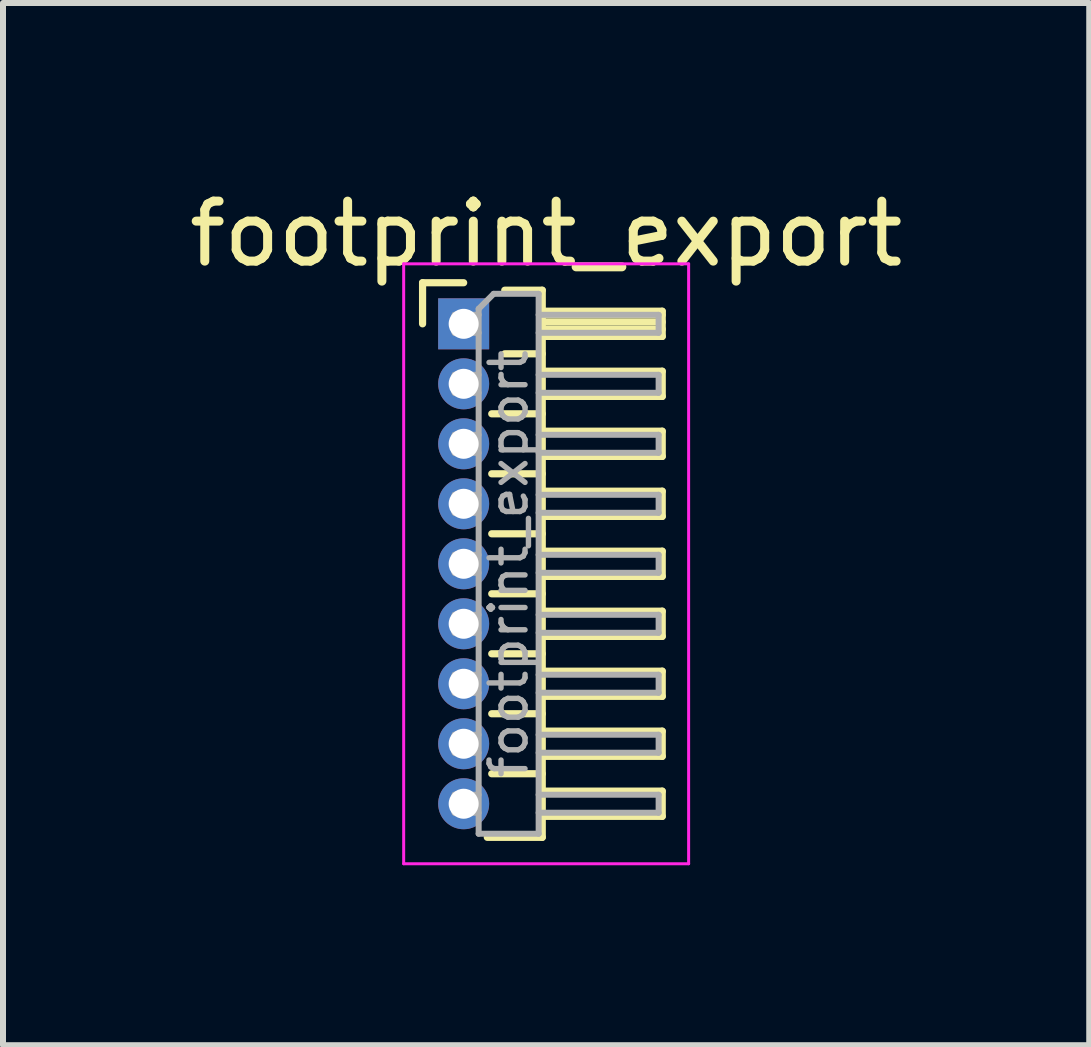
<source format=kicad_pcb>
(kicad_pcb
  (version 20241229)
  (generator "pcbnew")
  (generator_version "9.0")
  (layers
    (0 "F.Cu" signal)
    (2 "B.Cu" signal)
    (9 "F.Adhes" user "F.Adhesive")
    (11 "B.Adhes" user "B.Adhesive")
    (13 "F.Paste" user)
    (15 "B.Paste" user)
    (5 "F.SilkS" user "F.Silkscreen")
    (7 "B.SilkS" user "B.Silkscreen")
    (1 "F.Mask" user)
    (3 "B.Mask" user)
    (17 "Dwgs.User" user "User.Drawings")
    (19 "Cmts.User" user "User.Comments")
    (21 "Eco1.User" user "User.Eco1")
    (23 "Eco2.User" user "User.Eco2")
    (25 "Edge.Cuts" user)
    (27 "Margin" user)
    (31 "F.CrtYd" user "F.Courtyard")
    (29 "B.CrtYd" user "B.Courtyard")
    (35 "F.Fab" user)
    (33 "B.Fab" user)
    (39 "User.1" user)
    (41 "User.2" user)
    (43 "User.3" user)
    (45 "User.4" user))
  (footprint "footprint_export"
    (layer "F.Cu")
    (at 4.679 2.348)
    (property "Reference" "footprint_export" (at 1.375 -1.5 0) (layer "F.SilkS") (effects (font (size 1 1) (thickness 0.15))))
    (attr through_hole)
    (fp_line (start -0.685 -0.685) (end 0 -0.685) (stroke (width 0.12) (type solid)) (layer "F.SilkS"))
    (fp_line (start -0.685 0) (end -0.685 -0.685) (stroke (width 0.12) (type solid)) (layer "F.SilkS"))
    (fp_line (start 0.468 1.5) (end 1.31 1.5) (stroke (width 0.12) (type solid)) (layer "F.SilkS"))
    (fp_line (start 0.468 2.5) (end 1.31 2.5) (stroke (width 0.12) (type solid)) (layer "F.SilkS"))
    (fp_line (start 0.468 3.5) (end 1.31 3.5) (stroke (width 0.12) (type solid)) (layer "F.SilkS"))
    (fp_line (start 0.468 4.5) (end 1.31 4.5) (stroke (width 0.12) (type solid)) (layer "F.SilkS"))
    (fp_line (start 0.468 5.5) (end 1.31 5.5) (stroke (width 0.12) (type solid)) (layer "F.SilkS"))
    (fp_line (start 0.468 6.5) (end 1.31 6.5) (stroke (width 0.12) (type solid)) (layer "F.SilkS"))
    (fp_line (start 0.468 7.5) (end 1.31 7.5) (stroke (width 0.12) (type solid)) (layer "F.SilkS"))
    (fp_line (start 0.685 -0.56) (end 1.31 -0.56) (stroke (width 0.12) (type solid)) (layer "F.SilkS"))
    (fp_line (start 0.685 0.5) (end 1.31 0.5) (stroke (width 0.12) (type solid)) (layer "F.SilkS"))
    (fp_line (start 1.31 -0.56) (end 1.31 8.56) (stroke (width 0.12) (type solid)) (layer "F.SilkS"))
    (fp_line (start 1.31 -0.21) (end 3.31 -0.21) (stroke (width 0.12) (type solid)) (layer "F.SilkS"))
    (fp_line (start 1.31 -0.15) (end 3.31 -0.15) (stroke (width 0.12) (type solid)) (layer "F.SilkS"))
    (fp_line (start 1.31 -0.03) (end 3.31 -0.03) (stroke (width 0.12) (type solid)) (layer "F.SilkS"))
    (fp_line (start 1.31 0.09) (end 3.31 0.09) (stroke (width 0.12) (type solid)) (layer "F.SilkS"))
    (fp_line (start 1.31 0.79) (end 3.31 0.79) (stroke (width 0.12) (type solid)) (layer "F.SilkS"))
    (fp_line (start 1.31 1.79) (end 3.31 1.79) (stroke (width 0.12) (type solid)) (layer "F.SilkS"))
    (fp_line (start 1.31 2.79) (end 3.31 2.79) (stroke (width 0.12) (type solid)) (layer "F.SilkS"))
    (fp_line (start 1.31 3.79) (end 3.31 3.79) (stroke (width 0.12) (type solid)) (layer "F.SilkS"))
    (fp_line (start 1.31 4.79) (end 3.31 4.79) (stroke (width 0.12) (type solid)) (layer "F.SilkS"))
    (fp_line (start 1.31 5.79) (end 3.31 5.79) (stroke (width 0.12) (type solid)) (layer "F.SilkS"))
    (fp_line (start 1.31 6.79) (end 3.31 6.79) (stroke (width 0.12) (type solid)) (layer "F.SilkS"))
    (fp_line (start 1.31 7.79) (end 3.31 7.79) (stroke (width 0.12) (type solid)) (layer "F.SilkS"))
    (fp_line (start 1.31 8.56) (end 0.394 8.56) (stroke (width 0.12) (type solid)) (layer "F.SilkS"))
    (fp_line (start 3.31 -0.21) (end 3.31 0.21) (stroke (width 0.12) (type solid)) (layer "F.SilkS"))
    (fp_line (start 3.31 0.21) (end 1.31 0.21) (stroke (width 0.12) (type solid)) (layer "F.SilkS"))
    (fp_line (start 3.31 0.79) (end 3.31 1.21) (stroke (width 0.12) (type solid)) (layer "F.SilkS"))
    (fp_line (start 3.31 1.21) (end 1.31 1.21) (stroke (width 0.12) (type solid)) (layer "F.SilkS"))
    (fp_line (start 3.31 1.79) (end 3.31 2.21) (stroke (width 0.12) (type solid)) (layer "F.SilkS"))
    (fp_line (start 3.31 2.21) (end 1.31 2.21) (stroke (width 0.12) (type solid)) (layer "F.SilkS"))
    (fp_line (start 3.31 2.79) (end 3.31 3.21) (stroke (width 0.12) (type solid)) (layer "F.SilkS"))
    (fp_line (start 3.31 3.21) (end 1.31 3.21) (stroke (width 0.12) (type solid)) (layer "F.SilkS"))
    (fp_line (start 3.31 3.79) (end 3.31 4.21) (stroke (width 0.12) (type solid)) (layer "F.SilkS"))
    (fp_line (start 3.31 4.21) (end 1.31 4.21) (stroke (width 0.12) (type solid)) (layer "F.SilkS"))
    (fp_line (start 3.31 4.79) (end 3.31 5.21) (stroke (width 0.12) (type solid)) (layer "F.SilkS"))
    (fp_line (start 3.31 5.21) (end 1.31 5.21) (stroke (width 0.12) (type solid)) (layer "F.SilkS"))
    (fp_line (start 3.31 5.79) (end 3.31 6.21) (stroke (width 0.12) (type solid)) (layer "F.SilkS"))
    (fp_line (start 3.31 6.21) (end 1.31 6.21) (stroke (width 0.12) (type solid)) (layer "F.SilkS"))
    (fp_line (start 3.31 6.79) (end 3.31 7.21) (stroke (width 0.12) (type solid)) (layer "F.SilkS"))
    (fp_line (start 3.31 7.21) (end 1.31 7.21) (stroke (width 0.12) (type solid)) (layer "F.SilkS"))
    (fp_line (start 3.31 7.79) (end 3.31 8.21) (stroke (width 0.12) (type solid)) (layer "F.SilkS"))
    (fp_line (start 3.31 8.21) (end 1.31 8.21) (stroke (width 0.12) (type solid)) (layer "F.SilkS"))
    (fp_line (start -1 -1) (end -1 9) (stroke (width 0.05) (type solid)) (layer "F.CrtYd"))
    (fp_line (start -1 9) (end 3.75 9) (stroke (width 0.05) (type solid)) (layer "F.CrtYd"))
    (fp_line (start 3.75 -1) (end -1 -1) (stroke (width 0.05) (type solid)) (layer "F.CrtYd"))
    (fp_line (start 3.75 9) (end 3.75 -1) (stroke (width 0.05) (type solid)) (layer "F.CrtYd"))
    (fp_line (start -0.15 -0.15) (end -0.15 0.15) (stroke (width 0.1) (type solid)) (layer "F.Fab"))
    (fp_line (start -0.15 -0.15) (end 0.25 -0.15) (stroke (width 0.1) (type solid)) (layer "F.Fab"))
    (fp_line (start -0.15 0.15) (end 0.25 0.15) (stroke (width 0.1) (type solid)) (layer "F.Fab"))
    (fp_line (start -0.15 0.85) (end -0.15 1.15) (stroke (width 0.1) (type solid)) (layer "F.Fab"))
    (fp_line (start -0.15 0.85) (end 0.25 0.85) (stroke (width 0.1) (type solid)) (layer "F.Fab"))
    (fp_line (start -0.15 1.15) (end 0.25 1.15) (stroke (width 0.1) (type solid)) (layer "F.Fab"))
    (fp_line (start -0.15 1.85) (end -0.15 2.15) (stroke (width 0.1) (type solid)) (layer "F.Fab"))
    (fp_line (start -0.15 1.85) (end 0.25 1.85) (stroke (width 0.1) (type solid)) (layer "F.Fab"))
    (fp_line (start -0.15 2.15) (end 0.25 2.15) (stroke (width 0.1) (type solid)) (layer "F.Fab"))
    (fp_line (start -0.15 2.85) (end -0.15 3.15) (stroke (width 0.1) (type solid)) (layer "F.Fab"))
    (fp_line (start -0.15 2.85) (end 0.25 2.85) (stroke (width 0.1) (type solid)) (layer "F.Fab"))
    (fp_line (start -0.15 3.15) (end 0.25 3.15) (stroke (width 0.1) (type solid)) (layer "F.Fab"))
    (fp_line (start -0.15 3.85) (end -0.15 4.15) (stroke (width 0.1) (type solid)) (layer "F.Fab"))
    (fp_line (start -0.15 3.85) (end 0.25 3.85) (stroke (width 0.1) (type solid)) (layer "F.Fab"))
    (fp_line (start -0.15 4.15) (end 0.25 4.15) (stroke (width 0.1) (type solid)) (layer "F.Fab"))
    (fp_line (start -0.15 4.85) (end -0.15 5.15) (stroke (width 0.1) (type solid)) (layer "F.Fab"))
    (fp_line (start -0.15 4.85) (end 0.25 4.85) (stroke (width 0.1) (type solid)) (layer "F.Fab"))
    (fp_line (start -0.15 5.15) (end 0.25 5.15) (stroke (width 0.1) (type solid)) (layer "F.Fab"))
    (fp_line (start -0.15 5.85) (end -0.15 6.15) (stroke (width 0.1) (type solid)) (layer "F.Fab"))
    (fp_line (start -0.15 5.85) (end 0.25 5.85) (stroke (width 0.1) (type solid)) (layer "F.Fab"))
    (fp_line (start -0.15 6.15) (end 0.25 6.15) (stroke (width 0.1) (type solid)) (layer "F.Fab"))
    (fp_line (start -0.15 6.85) (end -0.15 7.15) (stroke (width 0.1) (type solid)) (layer "F.Fab"))
    (fp_line (start -0.15 6.85) (end 0.25 6.85) (stroke (width 0.1) (type solid)) (layer "F.Fab"))
    (fp_line (start -0.15 7.15) (end 0.25 7.15) (stroke (width 0.1) (type solid)) (layer "F.Fab"))
    (fp_line (start -0.15 7.85) (end -0.15 8.15) (stroke (width 0.1) (type solid)) (layer "F.Fab"))
    (fp_line (start -0.15 7.85) (end 0.25 7.85) (stroke (width 0.1) (type solid)) (layer "F.Fab"))
    (fp_line (start -0.15 8.15) (end 0.25 8.15) (stroke (width 0.1) (type solid)) (layer "F.Fab"))
    (fp_line (start 0.25 -0.25) (end 0.5 -0.5) (stroke (width 0.1) (type solid)) (layer "F.Fab"))
    (fp_line (start 0.25 8.5) (end 0.25 -0.25) (stroke (width 0.1) (type solid)) (layer "F.Fab"))
    (fp_line (start 0.5 -0.5) (end 1.25 -0.5) (stroke (width 0.1) (type solid)) (layer "F.Fab"))
    (fp_line (start 1.25 -0.5) (end 1.25 8.5) (stroke (width 0.1) (type solid)) (layer "F.Fab"))
    (fp_line (start 1.25 -0.15) (end 3.25 -0.15) (stroke (width 0.1) (type solid)) (layer "F.Fab"))
    (fp_line (start 1.25 0.15) (end 3.25 0.15) (stroke (width 0.1) (type solid)) (layer "F.Fab"))
    (fp_line (start 1.25 0.85) (end 3.25 0.85) (stroke (width 0.1) (type solid)) (layer "F.Fab"))
    (fp_line (start 1.25 1.15) (end 3.25 1.15) (stroke (width 0.1) (type solid)) (layer "F.Fab"))
    (fp_line (start 1.25 1.85) (end 3.25 1.85) (stroke (width 0.1) (type solid)) (layer "F.Fab"))
    (fp_line (start 1.25 2.15) (end 3.25 2.15) (stroke (width 0.1) (type solid)) (layer "F.Fab"))
    (fp_line (start 1.25 2.85) (end 3.25 2.85) (stroke (width 0.1) (type solid)) (layer "F.Fab"))
    (fp_line (start 1.25 3.15) (end 3.25 3.15) (stroke (width 0.1) (type solid)) (layer "F.Fab"))
    (fp_line (start 1.25 3.85) (end 3.25 3.85) (stroke (width 0.1) (type solid)) (layer "F.Fab"))
    (fp_line (start 1.25 4.15) (end 3.25 4.15) (stroke (width 0.1) (type solid)) (layer "F.Fab"))
    (fp_line (start 1.25 4.85) (end 3.25 4.85) (stroke (width 0.1) (type solid)) (layer "F.Fab"))
    (fp_line (start 1.25 5.15) (end 3.25 5.15) (stroke (width 0.1) (type solid)) (layer "F.Fab"))
    (fp_line (start 1.25 5.85) (end 3.25 5.85) (stroke (width 0.1) (type solid)) (layer "F.Fab"))
    (fp_line (start 1.25 6.15) (end 3.25 6.15) (stroke (width 0.1) (type solid)) (layer "F.Fab"))
    (fp_line (start 1.25 6.85) (end 3.25 6.85) (stroke (width 0.1) (type solid)) (layer "F.Fab"))
    (fp_line (start 1.25 7.15) (end 3.25 7.15) (stroke (width 0.1) (type solid)) (layer "F.Fab"))
    (fp_line (start 1.25 7.85) (end 3.25 7.85) (stroke (width 0.1) (type solid)) (layer "F.Fab"))
    (fp_line (start 1.25 8.15) (end 3.25 8.15) (stroke (width 0.1) (type solid)) (layer "F.Fab"))
    (fp_line (start 1.25 8.5) (end 0.25 8.5) (stroke (width 0.1) (type solid)) (layer "F.Fab"))
    (fp_line (start 3.25 -0.15) (end 3.25 0.15) (stroke (width 0.1) (type solid)) (layer "F.Fab"))
    (fp_line (start 3.25 0.85) (end 3.25 1.15) (stroke (width 0.1) (type solid)) (layer "F.Fab"))
    (fp_line (start 3.25 1.85) (end 3.25 2.15) (stroke (width 0.1) (type solid)) (layer "F.Fab"))
    (fp_line (start 3.25 2.85) (end 3.25 3.15) (stroke (width 0.1) (type solid)) (layer "F.Fab"))
    (fp_line (start 3.25 3.85) (end 3.25 4.15) (stroke (width 0.1) (type solid)) (layer "F.Fab"))
    (fp_line (start 3.25 4.85) (end 3.25 5.15) (stroke (width 0.1) (type solid)) (layer "F.Fab"))
    (fp_line (start 3.25 5.85) (end 3.25 6.15) (stroke (width 0.1) (type solid)) (layer "F.Fab"))
    (fp_line (start 3.25 6.85) (end 3.25 7.15) (stroke (width 0.1) (type solid)) (layer "F.Fab"))
    (fp_line (start 3.25 7.85) (end 3.25 8.15) (stroke (width 0.1) (type solid)) (layer "F.Fab"))
    (fp_text user "${REFERENCE}" (at 0.75 4 90) (layer "F.Fab") (effects (font (size 0.6 0.6) (thickness 0.09))))
    (pad "1" thru_hole rect (at 0 0) (size 0.85 0.85) (drill 0.5) (layers "*.Cu" "*.Mask"))
    (pad "2" thru_hole oval (at 0 1) (size 0.85 0.85) (drill 0.5) (layers "*.Cu" "*.Mask"))
    (pad "3" thru_hole oval (at 0 2) (size 0.85 0.85) (drill 0.5) (layers "*.Cu" "*.Mask"))
    (pad "4" thru_hole oval (at 0 3) (size 0.85 0.85) (drill 0.5) (layers "*.Cu" "*.Mask"))
    (pad "5" thru_hole oval (at 0 4) (size 0.85 0.85) (drill 0.5) (layers "*.Cu" "*.Mask"))
    (pad "6" thru_hole oval (at 0 5) (size 0.85 0.85) (drill 0.5) (layers "*.Cu" "*.Mask"))
    (pad "7" thru_hole oval (at 0 6) (size 0.85 0.85) (drill 0.5) (layers "*.Cu" "*.Mask"))
    (pad "8" thru_hole oval (at 0 7) (size 0.85 0.85) (drill 0.5) (layers "*.Cu" "*.Mask"))
    (pad "9" thru_hole oval (at 0 8) (size 0.85 0.85) (drill 0.5) (layers "*.Cu" "*.Mask")))
  (gr_rect
    (start -3 -3)
    (end 15.107 14.373)
    (stroke (width 0.1) (type default))
    (fill no)
    (layer "Edge.Cuts")))
</source>
